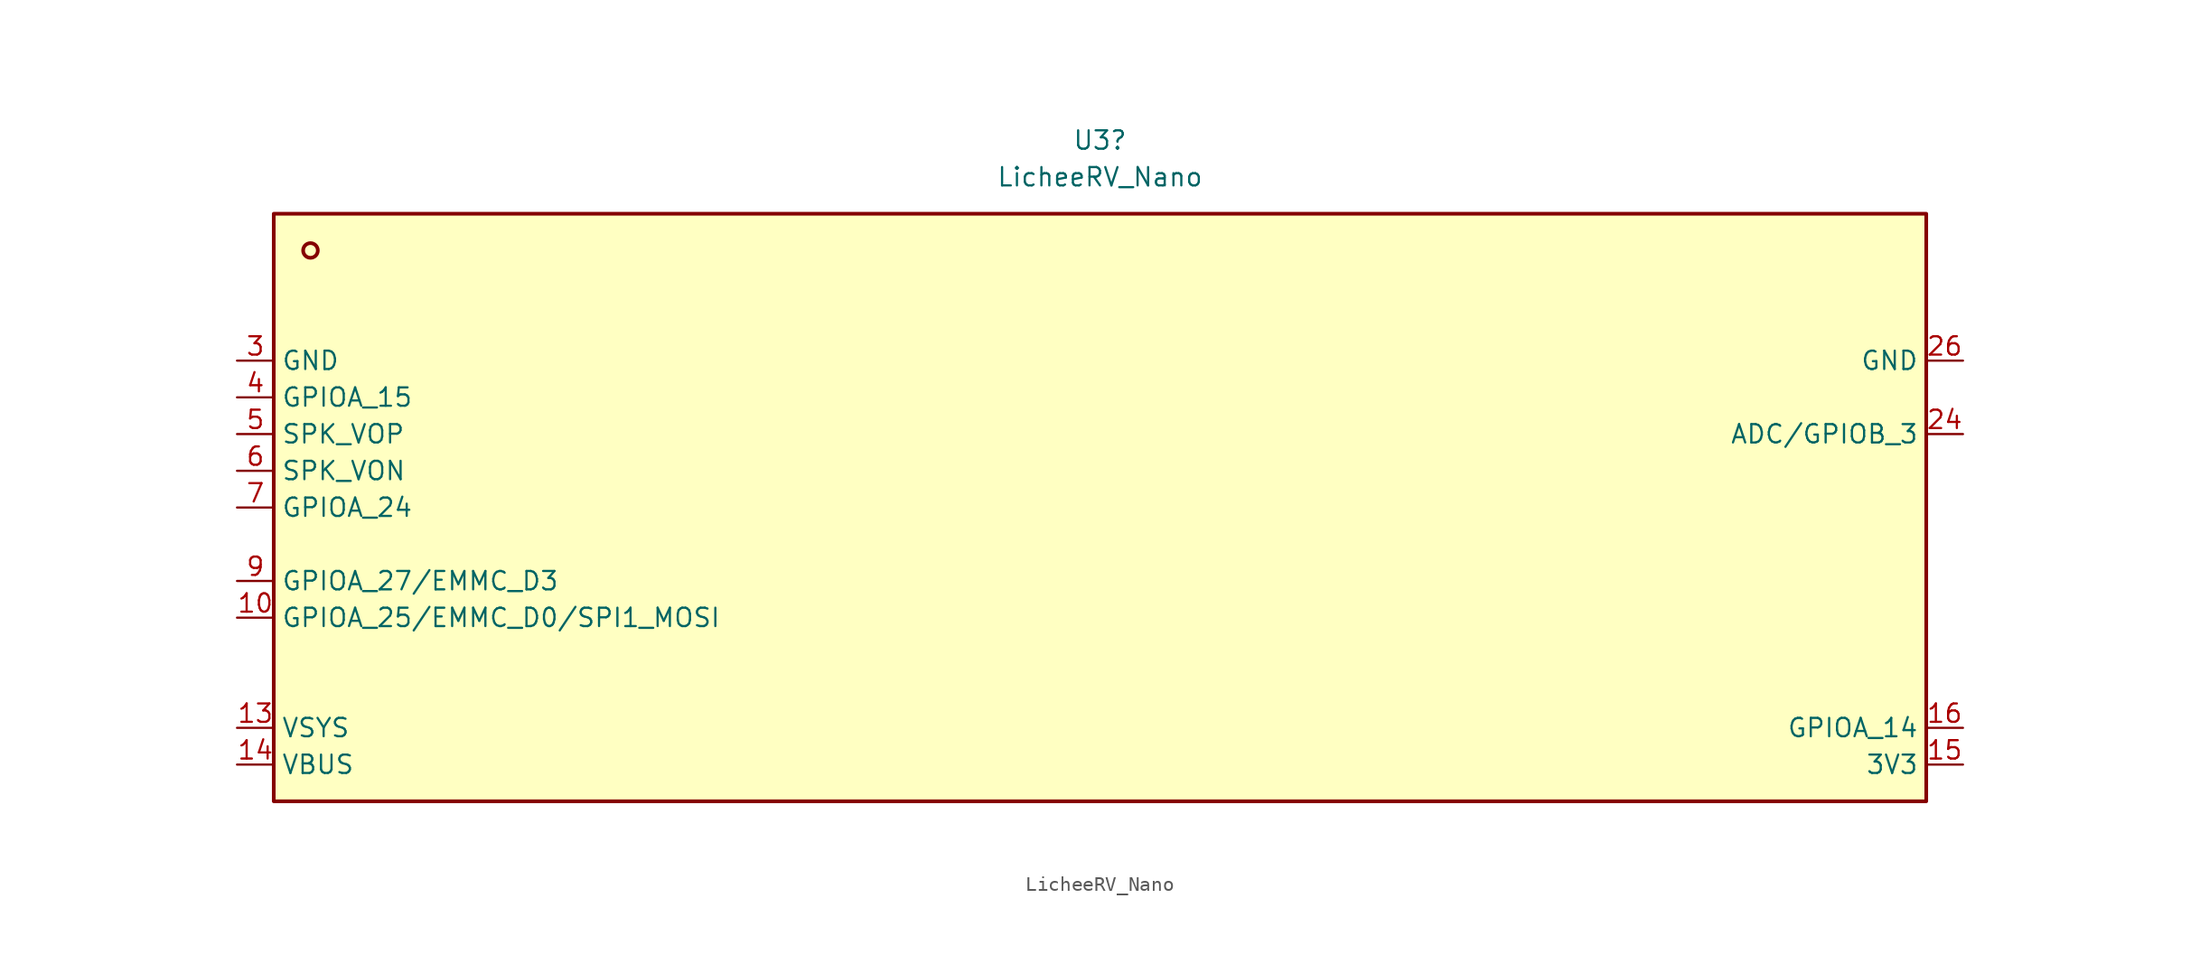
<source format=kicad_sym>
(kicad_symbol_lib
  (version 20241209)
  (generator "kicad_symbol_editor")
  (generator_version "9.0")
  (symbol "LicheeRV_Nano"
    (property "Reference" "U3"
      (at 62.23 10.16 0)
      (effects (font (size 1.27 1.27))))
    (property "Value" "LicheeRV_Nano"
      (at 62.23 7.62 0)
      (effects (font (size 1.27 1.27))))
    (symbol "LicheeRV_Nano_1_0"
      (rectangle (start 5.08 5.08) (end 119.38 -35.56) (stroke (width 0.254) (type default)) (fill (type background)))
      (circle (center 7.62 2.54) (radius 0.508) (stroke (width 0.254) (type default)) (fill (type none)))
      (pin passive line (at 2.54 -5.08 0) (length 2.54) (name "GND" (effects (font (size 1.27 1.27)))) (number "3" (effects (font (size 1.27 1.27)))))
      (pin passive line (at 2.54 -20.32 0) (length 2.54) (name "GPIOA_27/EMMC_D3" (effects (font (size 1.27 1.27)))) (number "9" (effects (font (size 1.27 1.27)))))
      (pin passive line (at 2.54 -22.86 0) (length 2.54) (name "GPIOA_25/EMMC_D0/SPI1_MOSI" (effects (font (size 1.27 1.27)))) (number "10" (effects (font (size 1.27 1.27)))))
      (pin passive line (at 2.54 -30.48 0) (length 2.54) (name "VSYS" (effects (font (size 1.27 1.27)))) (number "13" (effects (font (size 1.27 1.27)))))
      (pin passive line (at 2.54 -33.02 0) (length 2.54) (name "VBUS" (effects (font (size 1.27 1.27)))) (number "14" (effects (font (size 1.27 1.27)))))
      (pin passive line (at 121.92 -5.08 180) (length 2.54) (name "GND" (effects (font (size 1.27 1.27)))) (number "26" (effects (font (size 1.27 1.27)))))
      (pin passive line (at 121.92 -10.16 180) (length 2.54) (name "ADC/GPIOB_3" (effects (font (size 1.27 1.27)))) (number "24" (effects (font (size 1.27 1.27)))))
      (pin passive line (at 121.92 -30.48 180) (length 2.54) (name "GPIOA_14" (effects (font (size 1.27 1.27)))) (number "16" (effects (font (size 1.27 1.27)))))
      (pin passive line (at 121.92 -33.02 180) (length 2.54) (name "3V3" (effects (font (size 1.27 1.27)))) (number "15" (effects (font (size 1.27 1.27))))))
    (symbol "LicheeRV_Nano_1_1"
      (pin passive line (at 2.54 -7.62 0) (length 2.54) (name "GPIOA_15" (effects (font (size 1.27 1.27)))) (number "4" (effects (font (size 1.27 1.27)))))
      (pin passive line (at 2.54 -10.16 0) (length 2.54) (name "SPK_VOP" (effects (font (size 1.27 1.27)))) (number "5" (effects (font (size 1.27 1.27)))))
      (pin passive line (at 2.54 -12.7 0) (length 2.54) (name "SPK_VON" (effects (font (size 1.27 1.27)))) (number "6" (effects (font (size 1.27 1.27)))))
      (pin passive line (at 2.54 -15.24 0) (length 2.54) (name "GPIOA_24" (effects (font (size 1.27 1.27)))) (number "7" (effects (font (size 1.27 1.27))))))))
</source>
